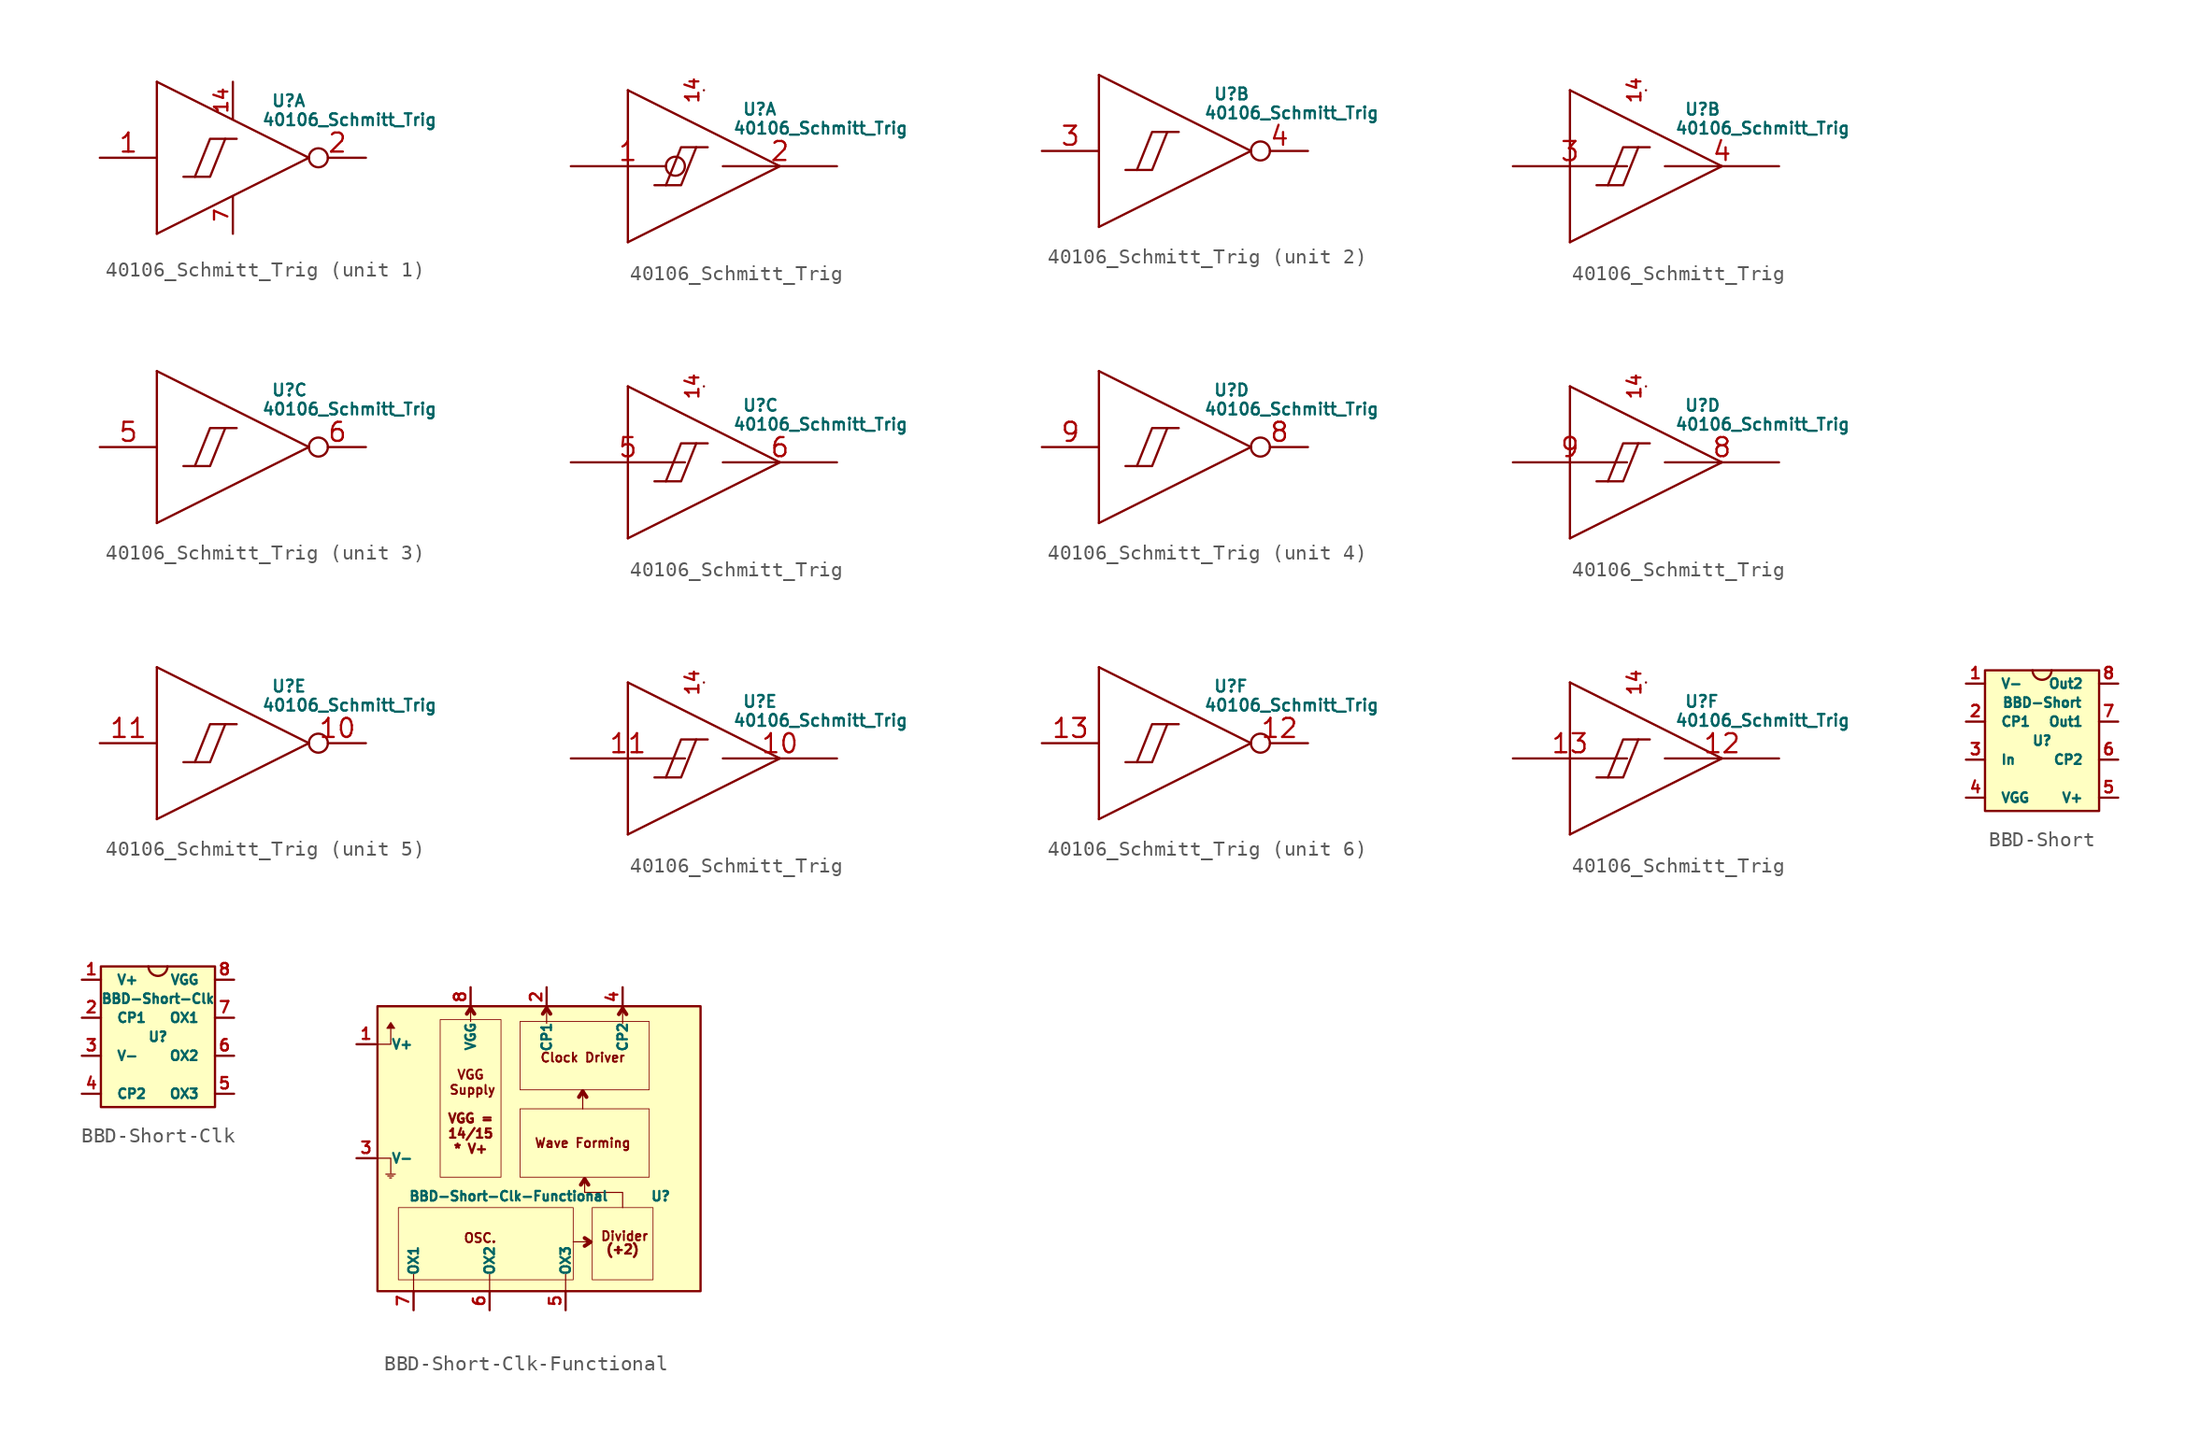
<source format=kicad_sym>
(kicad_symbol_lib
  (version 20220914)
  (generator kicad_symbol_editor)
  (symbol "40106_Schmitt_Trig"
    (pin_names
      (offset 1.016) hide)
    (property "Reference" "U"
      (at 2.54 3.81 0)
      (effects (font (size 0.787 0.787)) (justify left)))
    (property "Value" "40106_Schmitt_Trig"
      (at 1.905 2.54 0)
      (effects (font (size 0.787 0.787)) (justify left)))
    (symbol "40106_Schmitt_Trig_0_0"
      (polyline (pts (xy -0.508 1.27) (xy -1.524 -1.27) (xy -2.54 -1.27) (xy -2.54 -1.27)) (stroke (width 0) (type solid)) (fill (type none)))
      (polyline (pts (xy 0.254 1.27) (xy -1.524 1.27) (xy -2.54 -1.27) (xy -3.302 -1.27) (xy -3.302 -1.27)) (stroke (width 0) (type solid)) (fill (type none))))
    (symbol "40106_Schmitt_Trig_0_1"
      (polyline (pts (xy -5.08 -5.08) (xy -5.08 5.08)) (stroke (width 0) (type solid)) (fill (type none)))
      (polyline (pts (xy -5.08 5.08) (xy 5.08 0)) (stroke (width 0) (type solid)) (fill (type none)))
      (polyline (pts (xy 5.08 0) (xy -5.08 -5.08)) (stroke (width 0) (type solid)) (fill (type none))))
    (symbol "40106_Schmitt_Trig_0_2"
      (polyline (pts (xy -5.08 -5.08) (xy -5.08 5.08)) (stroke (width 0) (type solid)) (fill (type none)))
      (polyline (pts (xy -5.08 5.08) (xy 5.08 0)) (stroke (width 0) (type solid)) (fill (type none)))
      (polyline (pts (xy 5.08 0) (xy -5.08 -5.08)) (stroke (width 0) (type solid)) (fill (type none)))
      (pin power_in line (at 0 5.08 270) (length 0) (name "VDD" (effects (font (size 1.016 1.016)))) (number "14" (effects (font (size 0.889 0.889))))))
    (symbol "40106_Schmitt_Trig_1_1"
      (pin input line (at -8.89 0 0) (length 3.81) (name "In" (effects (font (size 1.27 1.27)))) (number "1" (effects (font (size 1.27 1.27)))))
      (pin power_in line (at 0 5.08 270) (length 2.489) (name "VDD" (effects (font (size 1.016 1.016)))) (number "14" (effects (font (size 0.889 0.889)))))
      (pin output inverted (at 8.89 0 180) (length 3.81) (name "Out" (effects (font (size 1.27 1.27)))) (number "2" (effects (font (size 1.27 1.27)))))
      (pin power_in line (at 0 -5.08 90) (length 2.489) (name "GND" (effects (font (size 1.016 1.016)))) (number "7" (effects (font (size 0.889 0.889))))))
    (symbol "40106_Schmitt_Trig_1_2"
      (pin input inverted (at -8.89 0 0) (length 7.62) (name "In" (effects (font (size 1.27 1.27)))) (number "1" (effects (font (size 1.27 1.27)))))
      (pin output line (at 8.89 0 180) (length 7.62) (name "Out" (effects (font (size 1.27 1.27)))) (number "2" (effects (font (size 1.27 1.27))))))
    (symbol "40106_Schmitt_Trig_2_1"
      (pin input line (at -8.89 0 0) (length 3.81) (name "In" (effects (font (size 1.27 1.27)))) (number "3" (effects (font (size 1.27 1.27)))))
      (pin output inverted (at 8.89 0 180) (length 3.81) (name "Out" (effects (font (size 1.27 1.27)))) (number "4" (effects (font (size 1.27 1.27))))))
    (symbol "40106_Schmitt_Trig_2_2"
      (pin input line (at -8.89 0 0) (length 7.62) (name "In" (effects (font (size 1.27 1.27)))) (number "3" (effects (font (size 1.27 1.27)))))
      (pin output line (at 8.89 0 180) (length 7.62) (name "Out" (effects (font (size 1.27 1.27)))) (number "4" (effects (font (size 1.27 1.27))))))
    (symbol "40106_Schmitt_Trig_3_1"
      (pin input line (at -8.89 0 0) (length 3.81) (name "In" (effects (font (size 1.27 1.27)))) (number "5" (effects (font (size 1.27 1.27)))))
      (pin output inverted (at 8.89 0 180) (length 3.81) (name "Out" (effects (font (size 1.27 1.27)))) (number "6" (effects (font (size 1.27 1.27))))))
    (symbol "40106_Schmitt_Trig_3_2"
      (pin input line (at -8.89 0 0) (length 7.62) (name "In" (effects (font (size 1.27 1.27)))) (number "5" (effects (font (size 1.27 1.27)))))
      (pin output line (at 8.89 0 180) (length 7.62) (name "Out" (effects (font (size 1.27 1.27)))) (number "6" (effects (font (size 1.27 1.27))))))
    (symbol "40106_Schmitt_Trig_4_1"
      (pin output inverted (at 8.89 0 180) (length 3.81) (name "Out" (effects (font (size 1.27 1.27)))) (number "8" (effects (font (size 1.27 1.27)))))
      (pin input line (at -8.89 0 0) (length 3.81) (name "In" (effects (font (size 1.27 1.27)))) (number "9" (effects (font (size 1.27 1.27))))))
    (symbol "40106_Schmitt_Trig_4_2"
      (pin output line (at 8.89 0 180) (length 7.62) (name "Out" (effects (font (size 1.27 1.27)))) (number "8" (effects (font (size 1.27 1.27)))))
      (pin input line (at -8.89 0 0) (length 7.62) (name "In" (effects (font (size 1.27 1.27)))) (number "9" (effects (font (size 1.27 1.27))))))
    (symbol "40106_Schmitt_Trig_5_1"
      (pin output inverted (at 8.89 0 180) (length 3.81) (name "Out" (effects (font (size 1.27 1.27)))) (number "10" (effects (font (size 1.27 1.27)))))
      (pin input line (at -8.89 0 0) (length 3.81) (name "In" (effects (font (size 1.27 1.27)))) (number "11" (effects (font (size 1.27 1.27))))))
    (symbol "40106_Schmitt_Trig_5_2"
      (pin output line (at 8.89 0 180) (length 7.62) (name "Out" (effects (font (size 1.27 1.27)))) (number "10" (effects (font (size 1.27 1.27)))))
      (pin input line (at -8.89 0 0) (length 7.62) (name "In" (effects (font (size 1.27 1.27)))) (number "11" (effects (font (size 1.27 1.27))))))
    (symbol "40106_Schmitt_Trig_6_1"
      (pin output inverted (at 8.89 0 180) (length 3.81) (name "Out" (effects (font (size 1.27 1.27)))) (number "12" (effects (font (size 1.27 1.27)))))
      (pin input line (at -8.89 0 0) (length 3.81) (name "In" (effects (font (size 1.27 1.27)))) (number "13" (effects (font (size 1.27 1.27))))))
    (symbol "40106_Schmitt_Trig_6_2"
      (pin output line (at 8.89 0 180) (length 7.62) (name "Out" (effects (font (size 1.27 1.27)))) (number "12" (effects (font (size 1.27 1.27)))))
      (pin input line (at -8.89 0 0) (length 7.62) (name "In" (effects (font (size 1.27 1.27)))) (number "13" (effects (font (size 1.27 1.27)))))))
  (symbol "BBD-Short"
    (pin_names
      (offset 1.016))
    (property "Reference" "U"
      (at 0 0 0)
      (effects (font (size 0.635 0.635))))
    (property "Value" "BBD-Short"
      (at 0 2.54 0)
      (effects (font (size 0.635 0.635))))
    (symbol "BBD-Short_0_1"
      (arc (start -0.635 4.699) (mid 0 4.0667) (end 0.635 4.699) (stroke (width 0) (type solid)) (fill (type none))))
    (symbol "BBD-Short_1_0"
      (rectangle (start -3.81 -4.699) (end 3.81 4.699) (stroke (width 0) (type solid)) (fill (type background))))
    (symbol "BBD-Short_1_1"
      (pin power_in line (at -5.08 3.81 0) (length 1.27) (name "V-" (effects (font (size 0.635 0.635)))) (number "1" (effects (font (size 0.762 0.762)))))
      (pin input line (at -5.08 1.27 0) (length 1.27) (name "CP1" (effects (font (size 0.635 0.635)))) (number "2" (effects (font (size 0.762 0.762)))))
      (pin input line (at -5.08 -1.27 0) (length 1.27) (name "In" (effects (font (size 0.635 0.635)))) (number "3" (effects (font (size 0.762 0.762)))))
      (pin input line (at -5.08 -3.81 0) (length 1.27) (name "VGG" (effects (font (size 0.635 0.635)))) (number "4" (effects (font (size 0.762 0.762)))))
      (pin power_in line (at 5.08 -3.81 180) (length 1.27) (name "V+" (effects (font (size 0.635 0.635)))) (number "5" (effects (font (size 0.762 0.762)))))
      (pin input line (at 5.08 -1.27 180) (length 1.27) (name "CP2" (effects (font (size 0.635 0.635)))) (number "6" (effects (font (size 0.762 0.762)))))
      (pin output line (at 5.08 1.27 180) (length 1.27) (name "Out1" (effects (font (size 0.635 0.635)))) (number "7" (effects (font (size 0.762 0.762)))))
      (pin output line (at 5.08 3.81 180) (length 1.27) (name "Out2" (effects (font (size 0.635 0.635)))) (number "8" (effects (font (size 0.762 0.762)))))))
  (symbol "BBD-Short-Clk"
    (pin_names
      (offset 1.016))
    (property "Reference" "U"
      (at 0 0 0)
      (effects (font (size 0.635 0.635))))
    (property "Value" "BBD-Short-Clk"
      (at 0 2.54 0)
      (effects (font (size 0.635 0.635))))
    (symbol "BBD-Short-Clk_0_1"
      (arc (start -0.635 4.699) (mid 0 4.0667) (end 0.635 4.699) (stroke (width 0) (type solid)) (fill (type none))))
    (symbol "BBD-Short-Clk_1_0"
      (rectangle (start -3.81 -4.699) (end 3.81 4.699) (stroke (width 0) (type solid)) (fill (type background))))
    (symbol "BBD-Short-Clk_1_1"
      (pin power_in line (at -5.08 3.81 0) (length 1.27) (name "V+" (effects (font (size 0.635 0.635)))) (number "1" (effects (font (size 0.762 0.762)))))
      (pin input line (at -5.08 1.27 0) (length 1.27) (name "CP1" (effects (font (size 0.635 0.635)))) (number "2" (effects (font (size 0.762 0.762)))))
      (pin power_in line (at -5.08 -1.27 0) (length 1.27) (name "V-" (effects (font (size 0.635 0.635)))) (number "3" (effects (font (size 0.762 0.762)))))
      (pin input line (at -5.08 -3.81 0) (length 1.27) (name "CP2" (effects (font (size 0.635 0.635)))) (number "4" (effects (font (size 0.762 0.762)))))
      (pin input line (at 5.08 -3.81 180) (length 1.27) (name "OX3" (effects (font (size 0.635 0.635)))) (number "5" (effects (font (size 0.762 0.762)))))
      (pin input line (at 5.08 -1.27 180) (length 1.27) (name "OX2" (effects (font (size 0.635 0.635)))) (number "6" (effects (font (size 0.762 0.762)))))
      (pin input line (at 5.08 1.27 180) (length 1.27) (name "OX1" (effects (font (size 0.635 0.635)))) (number "7" (effects (font (size 0.762 0.762)))))
      (pin output line (at 5.08 3.81 180) (length 1.27) (name "VGG" (effects (font (size 0.635 0.635)))) (number "8" (effects (font (size 0.762 0.762)))))))
  (symbol "BBD-Short-Clk-Functional"
    (pin_names
      (offset 1.016))
    (property "Reference" "U"
      (at 7.62 -2.54 0)
      (effects (font (size 0.635 0.635))))
    (property "Value" "BBD-Short-Clk-Functional"
      (at -2.54 -2.54 0)
      (effects (font (size 0.635 0.635))))
    (symbol "BBD-Short-Clk-Functional_0_0"
      (rectangle (start -11.303 -8.89) (end 10.287 10.16) (stroke (width 0) (type solid)) (fill (type background)))
      (rectangle (start -9.906 -8.128) (end 1.778 -3.302) (stroke (width 0.051) (type solid)) (fill (type none)))
      (rectangle (start -7.112 9.271) (end -3.048 -1.27) (stroke (width 0.051) (type solid)) (fill (type none)))
      (rectangle (start -1.778 3.302) (end 6.858 -1.27) (stroke (width 0.051) (type solid)) (fill (type none)))
      (polyline (pts (xy -10.744 -1.067) (xy -10.109 -1.067)) (stroke (width 0.076) (type solid)) (fill (type none)))
      (polyline (pts (xy -10.617 -1.194) (xy -10.236 -1.194)) (stroke (width 0.076) (type solid)) (fill (type none)))
      (polyline (pts (xy -10.49 -1.321) (xy -10.363 -1.321)) (stroke (width 0.076) (type solid)) (fill (type none)))
      (polyline (pts (xy -8.89 -9.017) (xy -8.89 -7.747)) (stroke (width 0.076) (type solid)) (fill (type none)))
      (polyline (pts (xy -5.08 10.033) (xy -5.334 9.652)) (stroke (width 0.254) (type solid)) (fill (type none)))
      (polyline (pts (xy -5.08 10.033) (xy -4.826 9.652)) (stroke (width 0.254) (type solid)) (fill (type none)))
      (polyline (pts (xy -5.08 10.16) (xy -5.08 9.144)) (stroke (width 0.076) (type solid)) (fill (type none)))
      (polyline (pts (xy -3.81 -9.017) (xy -3.81 -7.747)) (stroke (width 0.076) (type solid)) (fill (type none)))
      (polyline (pts (xy 0 10.033) (xy -0.254 9.652)) (stroke (width 0.254) (type solid)) (fill (type none)))
      (polyline (pts (xy 0 10.033) (xy 0.254 9.652)) (stroke (width 0.254) (type solid)) (fill (type none)))
      (polyline (pts (xy 0 10.16) (xy 0 9.017)) (stroke (width 0.076) (type solid)) (fill (type none)))
      (polyline (pts (xy 1.27 -8.89) (xy 1.27 -7.747)) (stroke (width 0.076) (type solid)) (fill (type none)))
      (polyline (pts (xy 1.778 -5.588) (xy 3.048 -5.588)) (stroke (width 0.076) (type solid)) (fill (type none)))
      (polyline (pts (xy 2.413 3.302) (xy 2.413 4.572)) (stroke (width 0.076) (type solid)) (fill (type none)))
      (polyline (pts (xy 2.413 4.47) (xy 2.159 4.089)) (stroke (width 0.254) (type solid)) (fill (type none)))
      (polyline (pts (xy 2.413 4.47) (xy 2.667 4.089)) (stroke (width 0.254) (type solid)) (fill (type none)))
      (polyline (pts (xy 2.54 -1.397) (xy 2.286 -1.778)) (stroke (width 0.254) (type solid)) (fill (type none)))
      (polyline (pts (xy 2.921 -5.613) (xy 2.54 -5.867)) (stroke (width 0.254) (type solid)) (fill (type none)))
      (polyline (pts (xy 2.921 -5.588) (xy 2.54 -5.334)) (stroke (width 0.254) (type solid)) (fill (type none)))
      (polyline (pts (xy 5.08 10.008) (xy 4.826 9.627)) (stroke (width 0.254) (type solid)) (fill (type none)))
      (polyline (pts (xy 5.08 10.008) (xy 5.334 9.627)) (stroke (width 0.254) (type solid)) (fill (type none)))
      (polyline (pts (xy 5.08 10.033) (xy 5.08 9.017)) (stroke (width 0.076) (type solid)) (fill (type none)))
      (polyline (pts (xy -11.43 0) (xy -10.414 0) (xy -10.414 -1.016)) (stroke (width 0.076) (type solid)) (fill (type none)))
      (polyline (pts (xy -11.43 7.62) (xy -10.414 7.62) (xy -10.414 8.636)) (stroke (width 0.076) (type solid)) (fill (type none)))
      (polyline (pts (xy -10.16 8.687) (xy -10.668 8.687) (xy -10.414 9.068) (xy -10.16 8.687) (xy -10.541 8.814) (xy -10.541 8.687) (xy -10.414 8.941) (xy -10.287 8.814) (xy -10.414 8.941) (xy -10.414 8.814) (xy -10.414 8.687) (xy -10.668 8.687) (xy -10.287 8.814) (xy -10.541 8.814) (xy -10.414 9.068) (xy -10.287 8.814) (xy -10.287 8.687) (xy -10.541 8.814)) (stroke (width 0.076) (type solid)) (fill (type none)))
      (rectangle (start 3.048 -3.302) (end 7.112 -8.128) (stroke (width 0.051) (type solid)) (fill (type none)))
      (rectangle (start 6.858 9.144) (end -1.778 4.572) (stroke (width 0.051) (type solid)) (fill (type none)))
      (text "(÷2)" (at 5.08 -6.096 0) (effects (font (size 0.61 0.61))))
      (text "* V+" (at -5.08 0.635 0) (effects (font (size 0.61 0.61))))
      (text "14/15" (at -5.08 1.651 0) (effects (font (size 0.61 0.61))))
      (text "Clock Driver" (at 2.413 6.731 0) (effects (font (size 0.61 0.61) bold)))
      (text "Divider" (at 5.207 -5.207 0) (effects (font (size 0.61 0.61) bold)))
      (text "OSC." (at -4.445 -5.334 0) (effects (font (size 0.61 0.61) bold)))
      (text "Supply" (at -4.953 4.572 0) (effects (font (size 0.61 0.61) bold)))
      (text "VGG" (at -5.08 5.588 0) (effects (font (size 0.61 0.61) bold)))
      (text "VGG =" (at -5.08 2.667 0) (effects (font (size 0.61 0.61))))
      (text "Wave Forming" (at 2.413 1.016 0) (effects (font (size 0.61 0.61) bold))))
    (symbol "BBD-Short-Clk-Functional_0_1"
      (polyline (pts (xy 2.54 -1.524) (xy 2.54 -2.286) (xy 5.08 -2.286) (xy 5.08 -3.302)) (stroke (width 0.076) (type solid)) (fill (type none))))
    (symbol "BBD-Short-Clk-Functional_1_0"
      (polyline (pts (xy 2.54 -1.397) (xy 2.794 -1.778)) (stroke (width 0.254) (type solid)) (fill (type none))))
    (symbol "BBD-Short-Clk-Functional_1_1"
      (pin power_in line (at -12.7 7.62 0) (length 1.27) (name "V+" (effects (font (size 0.635 0.635)))) (number "1" (effects (font (size 0.762 0.762)))))
      (pin output line (at 0 11.43 270) (length 1.27) (name "CP1" (effects (font (size 0.635 0.635)))) (number "2" (effects (font (size 0.762 0.762)))))
      (pin power_in line (at -12.7 0 0) (length 1.27) (name "V-" (effects (font (size 0.635 0.635)))) (number "3" (effects (font (size 0.762 0.762)))))
      (pin output line (at 5.08 11.43 270) (length 1.27) (name "CP2" (effects (font (size 0.635 0.635)))) (number "4" (effects (font (size 0.762 0.762)))))
      (pin input line (at 1.27 -10.16 90) (length 1.27) (name "OX3" (effects (font (size 0.635 0.635)))) (number "5" (effects (font (size 0.762 0.762)))))
      (pin input line (at -3.81 -10.16 90) (length 1.27) (name "OX2" (effects (font (size 0.635 0.635)))) (number "6" (effects (font (size 0.762 0.762)))))
      (pin input line (at -8.89 -10.16 90) (length 1.27) (name "OX1" (effects (font (size 0.635 0.635)))) (number "7" (effects (font (size 0.762 0.762)))))
      (pin output line (at -5.08 11.43 270) (length 1.27) (name "VGG" (effects (font (size 0.635 0.635)))) (number "8" (effects (font (size 0.762 0.762))))))))
</source>
